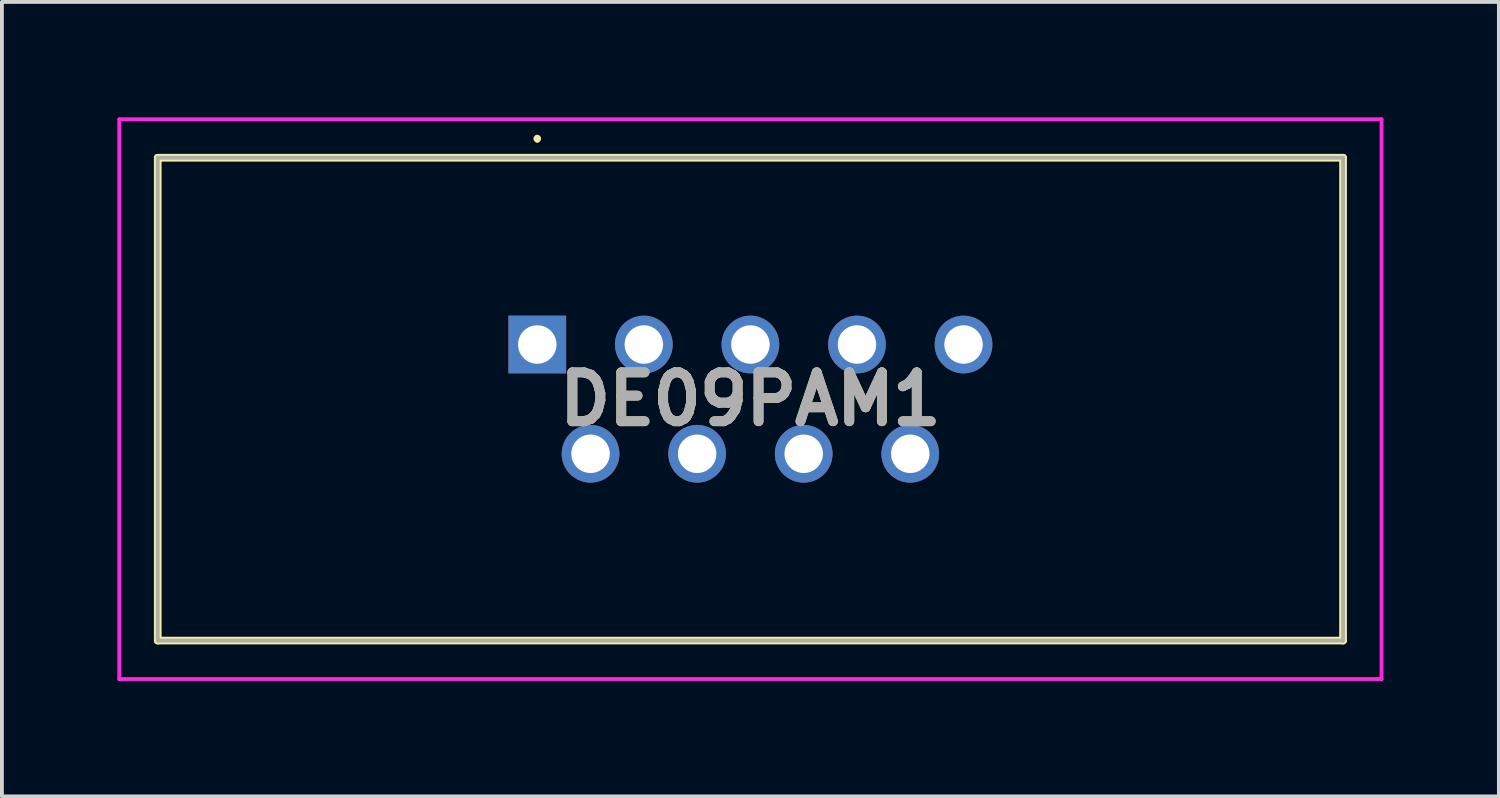
<source format=kicad_pcb>
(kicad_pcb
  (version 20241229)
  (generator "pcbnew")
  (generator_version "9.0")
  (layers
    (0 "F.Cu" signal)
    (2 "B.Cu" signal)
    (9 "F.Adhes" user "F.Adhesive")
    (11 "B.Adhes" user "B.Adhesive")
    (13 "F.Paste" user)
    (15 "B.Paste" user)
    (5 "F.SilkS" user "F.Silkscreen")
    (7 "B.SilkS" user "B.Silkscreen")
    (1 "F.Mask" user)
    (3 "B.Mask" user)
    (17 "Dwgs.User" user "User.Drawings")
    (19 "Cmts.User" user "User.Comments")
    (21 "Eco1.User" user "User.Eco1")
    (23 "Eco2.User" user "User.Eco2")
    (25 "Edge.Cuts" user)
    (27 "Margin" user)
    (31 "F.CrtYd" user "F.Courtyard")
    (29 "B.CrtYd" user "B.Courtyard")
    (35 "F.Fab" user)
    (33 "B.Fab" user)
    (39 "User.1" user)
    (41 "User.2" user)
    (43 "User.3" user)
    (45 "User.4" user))
  (footprint "DE09PAM1"
    (layer "F.Cu")
    (at 10.915 5.905)
    (property "Reference" "DE09PAM1" (at 5.54 1.42 0) (layer "F.SilkS") (effects (font (size 1.27 1.27) (thickness 0.254))))
    (attr through_hole)
    (fp_line (start -9.865 -4.855) (end 20.945 -4.855) (stroke (width 0.2) (type solid)) (layer "F.SilkS"))
    (fp_line (start -9.865 7.695) (end -9.865 -4.855) (stroke (width 0.2) (type solid)) (layer "F.SilkS"))
    (fp_line (start 0 -5.4) (end 0 -5.4) (stroke (width 0.1) (type solid)) (layer "F.SilkS"))
    (fp_line (start 0 -5.3) (end 0 -5.3) (stroke (width 0.1) (type solid)) (layer "F.SilkS"))
    (fp_line (start 20.945 -4.855) (end 20.945 7.695) (stroke (width 0.2) (type solid)) (layer "F.SilkS"))
    (fp_line (start 20.945 7.695) (end -9.865 7.695) (stroke (width 0.2) (type solid)) (layer "F.SilkS"))
    (fp_arc (start 0 -5.4) (mid 0.05 -5.35) (end 0 -5.3) (stroke (width 0.1) (type solid)) (layer "F.SilkS"))
    (fp_arc (start 0 -5.3) (mid -0.05 -5.35) (end 0 -5.4) (stroke (width 0.1) (type solid)) (layer "F.SilkS"))
    (fp_line (start -10.865 -5.855) (end 21.945 -5.855) (stroke (width 0.1) (type solid)) (layer "F.CrtYd"))
    (fp_line (start -10.865 8.695) (end -10.865 -5.855) (stroke (width 0.1) (type solid)) (layer "F.CrtYd"))
    (fp_line (start 21.945 -5.855) (end 21.945 8.695) (stroke (width 0.1) (type solid)) (layer "F.CrtYd"))
    (fp_line (start 21.945 8.695) (end -10.865 8.695) (stroke (width 0.1) (type solid)) (layer "F.CrtYd"))
    (fp_line (start -9.865 -4.855) (end 20.945 -4.855) (stroke (width 0.1) (type solid)) (layer "F.Fab"))
    (fp_line (start -9.865 7.695) (end -9.865 -4.855) (stroke (width 0.1) (type solid)) (layer "F.Fab"))
    (fp_line (start 20.945 -4.855) (end 20.945 7.695) (stroke (width 0.1) (type solid)) (layer "F.Fab"))
    (fp_line (start 20.945 7.695) (end -9.865 7.695) (stroke (width 0.1) (type solid)) (layer "F.Fab"))
    (fp_text user "${REFERENCE}" (at 5.54 1.42 0) (layer "F.Fab") (effects (font (size 1.27 1.27) (thickness 0.254))))
    (pad "1" thru_hole rect (at 0 0) (size 1.5 1.5) (drill 1) (layers "*.Cu" "*.Mask"))
    (pad "2" thru_hole circle (at 2.77 0) (size 1.5 1.5) (drill 1) (layers "*.Cu" "*.Mask"))
    (pad "3" thru_hole circle (at 5.54 0) (size 1.5 1.5) (drill 1) (layers "*.Cu" "*.Mask"))
    (pad "4" thru_hole circle (at 8.31 0) (size 1.5 1.5) (drill 1) (layers "*.Cu" "*.Mask"))
    (pad "5" thru_hole circle (at 11.08 0) (size 1.5 1.5) (drill 1) (layers "*.Cu" "*.Mask"))
    (pad "6" thru_hole circle (at 1.385 2.84) (size 1.5 1.5) (drill 1) (layers "*.Cu" "*.Mask"))
    (pad "7" thru_hole circle (at 4.155 2.84) (size 1.5 1.5) (drill 1) (layers "*.Cu" "*.Mask"))
    (pad "8" thru_hole circle (at 6.925 2.84) (size 1.5 1.5) (drill 1) (layers "*.Cu" "*.Mask"))
    (pad "9" thru_hole circle (at 9.695 2.84) (size 1.5 1.5) (drill 1) (layers "*.Cu" "*.Mask")))
  (gr_rect
    (start -3 -3)
    (end 35.91 17.65)
    (stroke (width 0.1) (type default))
    (fill no)
    (layer "Edge.Cuts")))
</source>
